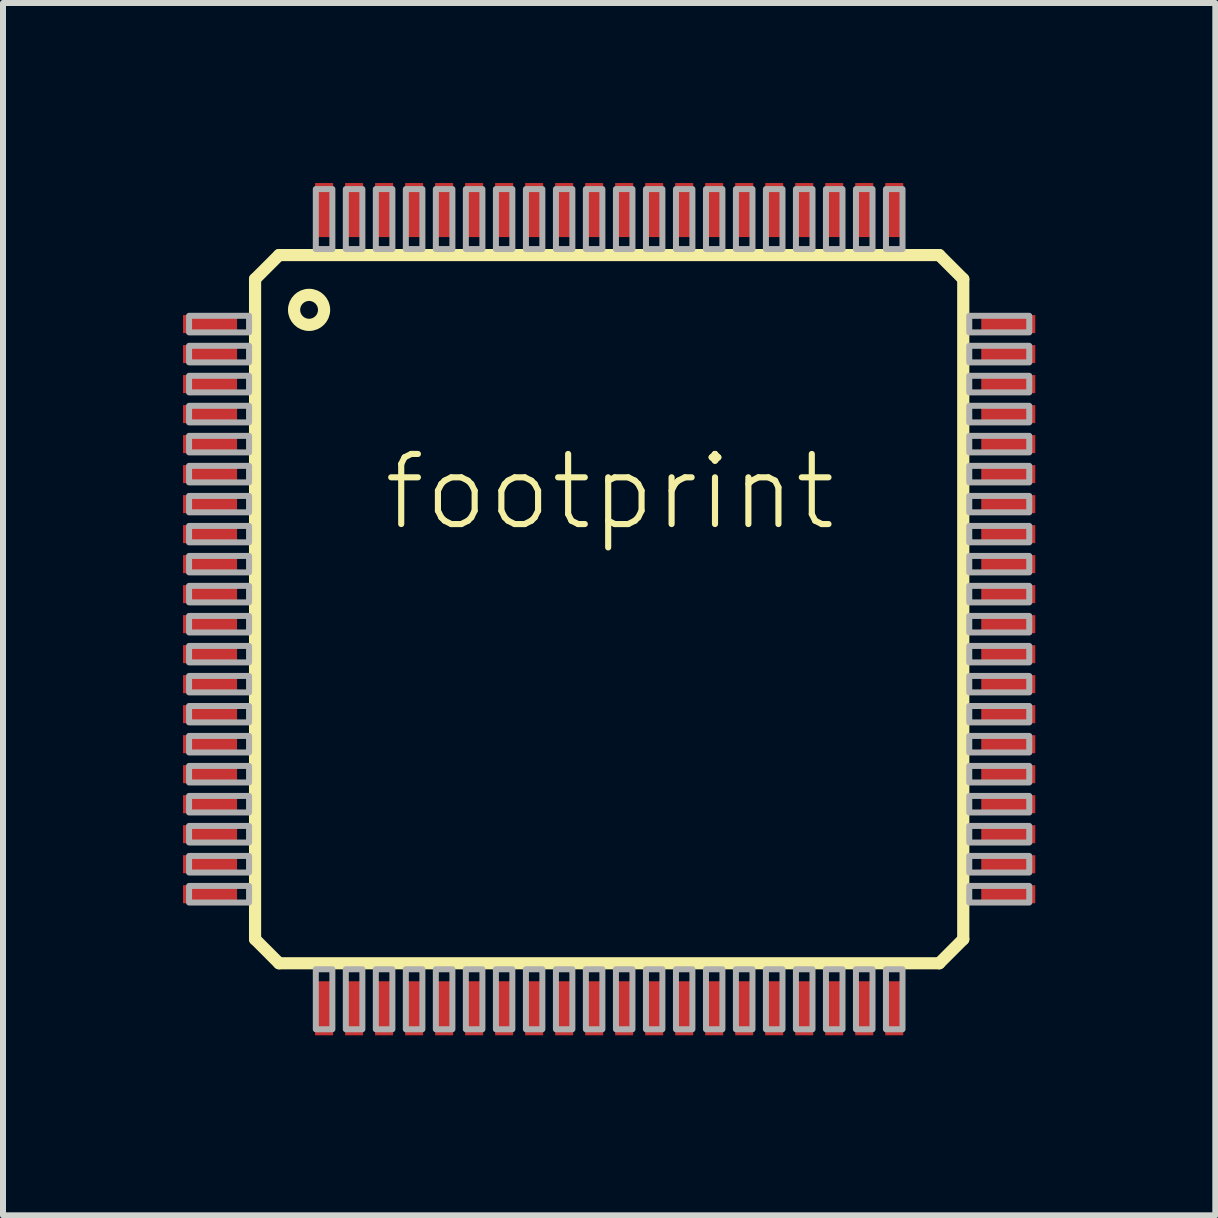
<source format=kicad_pcb>
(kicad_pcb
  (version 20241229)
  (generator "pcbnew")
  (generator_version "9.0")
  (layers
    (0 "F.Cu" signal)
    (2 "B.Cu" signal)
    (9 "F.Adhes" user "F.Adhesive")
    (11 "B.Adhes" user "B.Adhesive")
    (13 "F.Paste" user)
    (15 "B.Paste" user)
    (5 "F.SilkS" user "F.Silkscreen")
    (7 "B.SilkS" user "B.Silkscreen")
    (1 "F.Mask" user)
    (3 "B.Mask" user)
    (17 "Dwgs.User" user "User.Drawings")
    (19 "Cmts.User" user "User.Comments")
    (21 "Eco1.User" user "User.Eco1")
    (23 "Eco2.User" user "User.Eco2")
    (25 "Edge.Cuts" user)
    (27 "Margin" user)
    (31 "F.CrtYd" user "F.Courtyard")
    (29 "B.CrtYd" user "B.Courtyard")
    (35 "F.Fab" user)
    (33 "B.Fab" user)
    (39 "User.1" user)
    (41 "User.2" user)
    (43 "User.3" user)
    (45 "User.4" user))
  (footprint "footprint"
    (layer "F.Cu")
    (at 7.1 7.1)
    (property "Reference" "footprint" (at -3.81 -1.27 0) (layer "F.SilkS") (effects (font (size 1.168 1.168) (thickness 0.102)) (justify left bottom)))
    (fp_line (start -5.9 -5.5) (end -5.5 -5.9) (stroke (width 0.203) (type solid)) (layer "F.SilkS"))
    (fp_line (start -5.9 5.5) (end -5.9 -5.5) (stroke (width 0.203) (type solid)) (layer "F.SilkS"))
    (fp_line (start -5.5 -5.9) (end 5.5 -5.9) (stroke (width 0.203) (type solid)) (layer "F.SilkS"))
    (fp_line (start -5.5 5.9) (end -5.9 5.5) (stroke (width 0.203) (type solid)) (layer "F.SilkS"))
    (fp_line (start 5.5 -5.9) (end 5.9 -5.5) (stroke (width 0.203) (type solid)) (layer "F.SilkS"))
    (fp_line (start 5.5 5.9) (end -5.5 5.9) (stroke (width 0.203) (type solid)) (layer "F.SilkS"))
    (fp_line (start 5.9 -5.5) (end 5.9 5.5) (stroke (width 0.203) (type solid)) (layer "F.SilkS"))
    (fp_line (start 5.9 5.5) (end 5.5 5.9) (stroke (width 0.203) (type solid)) (layer "F.SilkS"))
    (fp_circle (center -5 -4.987) (end -4.75 -4.987) (stroke (width 0.203) (type solid)) (fill no) (layer "F.SilkS"))
    (fp_poly (pts (xy -7 -4.612) (xy -6 -4.612) (xy -6 -4.888) (xy -7 -4.888)) (stroke (width 0.1) (type solid)) (fill no) (layer "F.Fab"))
    (fp_poly (pts (xy -7 -4.112) (xy -6 -4.112) (xy -6 -4.388) (xy -7 -4.388)) (stroke (width 0.1) (type solid)) (fill no) (layer "F.Fab"))
    (fp_poly (pts (xy -7 -3.612) (xy -6 -3.612) (xy -6 -3.888) (xy -7 -3.888)) (stroke (width 0.1) (type solid)) (fill no) (layer "F.Fab"))
    (fp_poly (pts (xy -7 -3.112) (xy -6 -3.112) (xy -6 -3.388) (xy -7 -3.388)) (stroke (width 0.1) (type solid)) (fill no) (layer "F.Fab"))
    (fp_poly (pts (xy -7 -2.612) (xy -6 -2.612) (xy -6 -2.888) (xy -7 -2.888)) (stroke (width 0.1) (type solid)) (fill no) (layer "F.Fab"))
    (fp_poly (pts (xy -7 -2.112) (xy -6 -2.112) (xy -6 -2.388) (xy -7 -2.388)) (stroke (width 0.1) (type solid)) (fill no) (layer "F.Fab"))
    (fp_poly (pts (xy -7 -1.613) (xy -6 -1.613) (xy -6 -1.887) (xy -7 -1.887)) (stroke (width 0.1) (type solid)) (fill no) (layer "F.Fab"))
    (fp_poly (pts (xy -7 -1.113) (xy -6 -1.113) (xy -6 -1.387) (xy -7 -1.387)) (stroke (width 0.1) (type solid)) (fill no) (layer "F.Fab"))
    (fp_poly (pts (xy -7 -0.613) (xy -6 -0.613) (xy -6 -0.887) (xy -7 -0.887)) (stroke (width 0.1) (type solid)) (fill no) (layer "F.Fab"))
    (fp_poly (pts (xy -7 -0.113) (xy -6 -0.113) (xy -6 -0.388) (xy -7 -0.388)) (stroke (width 0.1) (type solid)) (fill no) (layer "F.Fab"))
    (fp_poly (pts (xy -7 0.388) (xy -6 0.388) (xy -6 0.113) (xy -7 0.113)) (stroke (width 0.1) (type solid)) (fill no) (layer "F.Fab"))
    (fp_poly (pts (xy -7 0.887) (xy -6 0.887) (xy -6 0.613) (xy -7 0.613)) (stroke (width 0.1) (type solid)) (fill no) (layer "F.Fab"))
    (fp_poly (pts (xy -7 1.387) (xy -6 1.387) (xy -6 1.113) (xy -7 1.113)) (stroke (width 0.1) (type solid)) (fill no) (layer "F.Fab"))
    (fp_poly (pts (xy -7 1.887) (xy -6 1.887) (xy -6 1.613) (xy -7 1.613)) (stroke (width 0.1) (type solid)) (fill no) (layer "F.Fab"))
    (fp_poly (pts (xy -7 2.388) (xy -6 2.388) (xy -6 2.112) (xy -7 2.112)) (stroke (width 0.1) (type solid)) (fill no) (layer "F.Fab"))
    (fp_poly (pts (xy -7 2.888) (xy -6 2.888) (xy -6 2.612) (xy -7 2.612)) (stroke (width 0.1) (type solid)) (fill no) (layer "F.Fab"))
    (fp_poly (pts (xy -7 3.388) (xy -6 3.388) (xy -6 3.112) (xy -7 3.112)) (stroke (width 0.1) (type solid)) (fill no) (layer "F.Fab"))
    (fp_poly (pts (xy -7 3.888) (xy -6 3.888) (xy -6 3.612) (xy -7 3.612)) (stroke (width 0.1) (type solid)) (fill no) (layer "F.Fab"))
    (fp_poly (pts (xy -7 4.388) (xy -6 4.388) (xy -6 4.112) (xy -7 4.112)) (stroke (width 0.1) (type solid)) (fill no) (layer "F.Fab"))
    (fp_poly (pts (xy -7 4.888) (xy -6 4.888) (xy -6 4.612) (xy -7 4.612)) (stroke (width 0.1) (type solid)) (fill no) (layer "F.Fab"))
    (fp_poly (pts (xy -4.888 -7) (xy -4.888 -6) (xy -4.612 -6) (xy -4.612 -7)) (stroke (width 0.1) (type solid)) (fill no) (layer "F.Fab"))
    (fp_poly (pts (xy -4.612 7) (xy -4.612 6) (xy -4.888 6) (xy -4.888 7)) (stroke (width 0.1) (type solid)) (fill no) (layer "F.Fab"))
    (fp_poly (pts (xy -4.388 -7) (xy -4.388 -6) (xy -4.112 -6) (xy -4.112 -7)) (stroke (width 0.1) (type solid)) (fill no) (layer "F.Fab"))
    (fp_poly (pts (xy -4.112 7) (xy -4.112 6) (xy -4.388 6) (xy -4.388 7)) (stroke (width 0.1) (type solid)) (fill no) (layer "F.Fab"))
    (fp_poly (pts (xy -3.888 -7) (xy -3.888 -6) (xy -3.612 -6) (xy -3.612 -7)) (stroke (width 0.1) (type solid)) (fill no) (layer "F.Fab"))
    (fp_poly (pts (xy -3.612 7) (xy -3.612 6) (xy -3.888 6) (xy -3.888 7)) (stroke (width 0.1) (type solid)) (fill no) (layer "F.Fab"))
    (fp_poly (pts (xy -3.388 -7) (xy -3.388 -6) (xy -3.112 -6) (xy -3.112 -7)) (stroke (width 0.1) (type solid)) (fill no) (layer "F.Fab"))
    (fp_poly (pts (xy -3.112 7) (xy -3.112 6) (xy -3.388 6) (xy -3.388 7)) (stroke (width 0.1) (type solid)) (fill no) (layer "F.Fab"))
    (fp_poly (pts (xy -2.888 -7) (xy -2.888 -6) (xy -2.612 -6) (xy -2.612 -7)) (stroke (width 0.1) (type solid)) (fill no) (layer "F.Fab"))
    (fp_poly (pts (xy -2.612 7) (xy -2.612 6) (xy -2.888 6) (xy -2.888 7)) (stroke (width 0.1) (type solid)) (fill no) (layer "F.Fab"))
    (fp_poly (pts (xy -2.388 -7) (xy -2.388 -6) (xy -2.112 -6) (xy -2.112 -7)) (stroke (width 0.1) (type solid)) (fill no) (layer "F.Fab"))
    (fp_poly (pts (xy -2.112 7) (xy -2.112 6) (xy -2.388 6) (xy -2.388 7)) (stroke (width 0.1) (type solid)) (fill no) (layer "F.Fab"))
    (fp_poly (pts (xy -1.887 -7) (xy -1.887 -6) (xy -1.613 -6) (xy -1.613 -7)) (stroke (width 0.1) (type solid)) (fill no) (layer "F.Fab"))
    (fp_poly (pts (xy -1.613 7) (xy -1.613 6) (xy -1.887 6) (xy -1.887 7)) (stroke (width 0.1) (type solid)) (fill no) (layer "F.Fab"))
    (fp_poly (pts (xy -1.387 -7) (xy -1.387 -6) (xy -1.113 -6) (xy -1.113 -7)) (stroke (width 0.1) (type solid)) (fill no) (layer "F.Fab"))
    (fp_poly (pts (xy -1.113 7) (xy -1.113 6) (xy -1.387 6) (xy -1.387 7)) (stroke (width 0.1) (type solid)) (fill no) (layer "F.Fab"))
    (fp_poly (pts (xy -0.887 -7) (xy -0.887 -6) (xy -0.613 -6) (xy -0.613 -7)) (stroke (width 0.1) (type solid)) (fill no) (layer "F.Fab"))
    (fp_poly (pts (xy -0.613 7) (xy -0.613 6) (xy -0.887 6) (xy -0.887 7)) (stroke (width 0.1) (type solid)) (fill no) (layer "F.Fab"))
    (fp_poly (pts (xy -0.388 -7) (xy -0.388 -6) (xy -0.113 -6) (xy -0.113 -7)) (stroke (width 0.1) (type solid)) (fill no) (layer "F.Fab"))
    (fp_poly (pts (xy -0.113 7) (xy -0.113 6) (xy -0.388 6) (xy -0.388 7)) (stroke (width 0.1) (type solid)) (fill no) (layer "F.Fab"))
    (fp_poly (pts (xy 0.113 -7) (xy 0.113 -6) (xy 0.388 -6) (xy 0.388 -7)) (stroke (width 0.1) (type solid)) (fill no) (layer "F.Fab"))
    (fp_poly (pts (xy 0.388 7) (xy 0.388 6) (xy 0.113 6) (xy 0.113 7)) (stroke (width 0.1) (type solid)) (fill no) (layer "F.Fab"))
    (fp_poly (pts (xy 0.613 -7) (xy 0.613 -6) (xy 0.887 -6) (xy 0.887 -7)) (stroke (width 0.1) (type solid)) (fill no) (layer "F.Fab"))
    (fp_poly (pts (xy 0.887 7) (xy 0.887 6) (xy 0.613 6) (xy 0.613 7)) (stroke (width 0.1) (type solid)) (fill no) (layer "F.Fab"))
    (fp_poly (pts (xy 1.113 -7) (xy 1.113 -6) (xy 1.387 -6) (xy 1.387 -7)) (stroke (width 0.1) (type solid)) (fill no) (layer "F.Fab"))
    (fp_poly (pts (xy 1.387 7) (xy 1.387 6) (xy 1.113 6) (xy 1.113 7)) (stroke (width 0.1) (type solid)) (fill no) (layer "F.Fab"))
    (fp_poly (pts (xy 1.613 -7) (xy 1.613 -6) (xy 1.887 -6) (xy 1.887 -7)) (stroke (width 0.1) (type solid)) (fill no) (layer "F.Fab"))
    (fp_poly (pts (xy 1.887 7) (xy 1.887 6) (xy 1.613 6) (xy 1.613 7)) (stroke (width 0.1) (type solid)) (fill no) (layer "F.Fab"))
    (fp_poly (pts (xy 2.112 -7) (xy 2.112 -6) (xy 2.388 -6) (xy 2.388 -7)) (stroke (width 0.1) (type solid)) (fill no) (layer "F.Fab"))
    (fp_poly (pts (xy 2.388 7) (xy 2.388 6) (xy 2.112 6) (xy 2.112 7)) (stroke (width 0.1) (type solid)) (fill no) (layer "F.Fab"))
    (fp_poly (pts (xy 2.612 -7) (xy 2.612 -6) (xy 2.888 -6) (xy 2.888 -7)) (stroke (width 0.1) (type solid)) (fill no) (layer "F.Fab"))
    (fp_poly (pts (xy 2.888 7) (xy 2.888 6) (xy 2.612 6) (xy 2.612 7)) (stroke (width 0.1) (type solid)) (fill no) (layer "F.Fab"))
    (fp_poly (pts (xy 3.112 -7) (xy 3.112 -6) (xy 3.388 -6) (xy 3.388 -7)) (stroke (width 0.1) (type solid)) (fill no) (layer "F.Fab"))
    (fp_poly (pts (xy 3.388 7) (xy 3.388 6) (xy 3.112 6) (xy 3.112 7)) (stroke (width 0.1) (type solid)) (fill no) (layer "F.Fab"))
    (fp_poly (pts (xy 3.612 -7) (xy 3.612 -6) (xy 3.888 -6) (xy 3.888 -7)) (stroke (width 0.1) (type solid)) (fill no) (layer "F.Fab"))
    (fp_poly (pts (xy 3.888 7) (xy 3.888 6) (xy 3.612 6) (xy 3.612 7)) (stroke (width 0.1) (type solid)) (fill no) (layer "F.Fab"))
    (fp_poly (pts (xy 4.112 -7) (xy 4.112 -6) (xy 4.388 -6) (xy 4.388 -7)) (stroke (width 0.1) (type solid)) (fill no) (layer "F.Fab"))
    (fp_poly (pts (xy 4.388 7) (xy 4.388 6) (xy 4.112 6) (xy 4.112 7)) (stroke (width 0.1) (type solid)) (fill no) (layer "F.Fab"))
    (fp_poly (pts (xy 4.612 -7) (xy 4.612 -6) (xy 4.888 -6) (xy 4.888 -7)) (stroke (width 0.1) (type solid)) (fill no) (layer "F.Fab"))
    (fp_poly (pts (xy 4.888 7) (xy 4.888 6) (xy 4.612 6) (xy 4.612 7)) (stroke (width 0.1) (type solid)) (fill no) (layer "F.Fab"))
    (fp_poly (pts (xy 7 -4.888) (xy 6 -4.888) (xy 6 -4.612) (xy 7 -4.612)) (stroke (width 0.1) (type solid)) (fill no) (layer "F.Fab"))
    (fp_poly (pts (xy 7 -4.388) (xy 6 -4.388) (xy 6 -4.112) (xy 7 -4.112)) (stroke (width 0.1) (type solid)) (fill no) (layer "F.Fab"))
    (fp_poly (pts (xy 7 -3.888) (xy 6 -3.888) (xy 6 -3.612) (xy 7 -3.612)) (stroke (width 0.1) (type solid)) (fill no) (layer "F.Fab"))
    (fp_poly (pts (xy 7 -3.388) (xy 6 -3.388) (xy 6 -3.112) (xy 7 -3.112)) (stroke (width 0.1) (type solid)) (fill no) (layer "F.Fab"))
    (fp_poly (pts (xy 7 -2.888) (xy 6 -2.888) (xy 6 -2.612) (xy 7 -2.612)) (stroke (width 0.1) (type solid)) (fill no) (layer "F.Fab"))
    (fp_poly (pts (xy 7 -2.388) (xy 6 -2.388) (xy 6 -2.112) (xy 7 -2.112)) (stroke (width 0.1) (type solid)) (fill no) (layer "F.Fab"))
    (fp_poly (pts (xy 7 -1.887) (xy 6 -1.887) (xy 6 -1.613) (xy 7 -1.613)) (stroke (width 0.1) (type solid)) (fill no) (layer "F.Fab"))
    (fp_poly (pts (xy 7 -1.387) (xy 6 -1.387) (xy 6 -1.113) (xy 7 -1.113)) (stroke (width 0.1) (type solid)) (fill no) (layer "F.Fab"))
    (fp_poly (pts (xy 7 -0.887) (xy 6 -0.887) (xy 6 -0.613) (xy 7 -0.613)) (stroke (width 0.1) (type solid)) (fill no) (layer "F.Fab"))
    (fp_poly (pts (xy 7 -0.388) (xy 6 -0.388) (xy 6 -0.113) (xy 7 -0.113)) (stroke (width 0.1) (type solid)) (fill no) (layer "F.Fab"))
    (fp_poly (pts (xy 7 0.113) (xy 6 0.113) (xy 6 0.388) (xy 7 0.388)) (stroke (width 0.1) (type solid)) (fill no) (layer "F.Fab"))
    (fp_poly (pts (xy 7 0.613) (xy 6 0.613) (xy 6 0.887) (xy 7 0.887)) (stroke (width 0.1) (type solid)) (fill no) (layer "F.Fab"))
    (fp_poly (pts (xy 7 1.113) (xy 6 1.113) (xy 6 1.387) (xy 7 1.387)) (stroke (width 0.1) (type solid)) (fill no) (layer "F.Fab"))
    (fp_poly (pts (xy 7 1.613) (xy 6 1.613) (xy 6 1.887) (xy 7 1.887)) (stroke (width 0.1) (type solid)) (fill no) (layer "F.Fab"))
    (fp_poly (pts (xy 7 2.112) (xy 6 2.112) (xy 6 2.388) (xy 7 2.388)) (stroke (width 0.1) (type solid)) (fill no) (layer "F.Fab"))
    (fp_poly (pts (xy 7 2.612) (xy 6 2.612) (xy 6 2.888) (xy 7 2.888)) (stroke (width 0.1) (type solid)) (fill no) (layer "F.Fab"))
    (fp_poly (pts (xy 7 3.112) (xy 6 3.112) (xy 6 3.388) (xy 7 3.388)) (stroke (width 0.1) (type solid)) (fill no) (layer "F.Fab"))
    (fp_poly (pts (xy 7 3.612) (xy 6 3.612) (xy 6 3.888) (xy 7 3.888)) (stroke (width 0.1) (type solid)) (fill no) (layer "F.Fab"))
    (fp_poly (pts (xy 7 4.112) (xy 6 4.112) (xy 6 4.388) (xy 7 4.388)) (stroke (width 0.1) (type solid)) (fill no) (layer "F.Fab"))
    (fp_poly (pts (xy 7 4.612) (xy 6 4.612) (xy 6 4.888) (xy 7 4.888)) (stroke (width 0.1) (type solid)) (fill no) (layer "F.Fab"))
    (pad "1" smd rect (at -6.65 -4.75) (size 0.9 0.3) (layers "F.Cu" "F.Mask" "F.Paste"))
    (pad "2" smd rect (at -6.65 -4.25) (size 0.9 0.3) (layers "F.Cu" "F.Mask" "F.Paste"))
    (pad "3" smd rect (at -6.65 -3.75) (size 0.9 0.3) (layers "F.Cu" "F.Mask" "F.Paste"))
    (pad "4" smd rect (at -6.65 -3.25) (size 0.9 0.3) (layers "F.Cu" "F.Mask" "F.Paste"))
    (pad "5" smd rect (at -6.65 -2.75) (size 0.9 0.3) (layers "F.Cu" "F.Mask" "F.Paste"))
    (pad "6" smd rect (at -6.65 -2.25) (size 0.9 0.3) (layers "F.Cu" "F.Mask" "F.Paste"))
    (pad "7" smd rect (at -6.65 -1.75) (size 0.9 0.3) (layers "F.Cu" "F.Mask" "F.Paste"))
    (pad "8" smd rect (at -6.65 -1.25) (size 0.9 0.3) (layers "F.Cu" "F.Mask" "F.Paste"))
    (pad "9" smd rect (at -6.65 -0.75) (size 0.9 0.3) (layers "F.Cu" "F.Mask" "F.Paste"))
    (pad "10" smd rect (at -6.65 -0.25) (size 0.9 0.3) (layers "F.Cu" "F.Mask" "F.Paste"))
    (pad "11" smd rect (at -6.65 0.25) (size 0.9 0.3) (layers "F.Cu" "F.Mask" "F.Paste"))
    (pad "12" smd rect (at -6.65 0.75) (size 0.9 0.3) (layers "F.Cu" "F.Mask" "F.Paste"))
    (pad "13" smd rect (at -6.65 1.25) (size 0.9 0.3) (layers "F.Cu" "F.Mask" "F.Paste"))
    (pad "14" smd rect (at -6.65 1.75) (size 0.9 0.3) (layers "F.Cu" "F.Mask" "F.Paste"))
    (pad "15" smd rect (at -6.65 2.25) (size 0.9 0.3) (layers "F.Cu" "F.Mask" "F.Paste"))
    (pad "16" smd rect (at -6.65 2.75) (size 0.9 0.3) (layers "F.Cu" "F.Mask" "F.Paste"))
    (pad "17" smd rect (at -6.65 3.25) (size 0.9 0.3) (layers "F.Cu" "F.Mask" "F.Paste"))
    (pad "18" smd rect (at -6.65 3.75) (size 0.9 0.3) (layers "F.Cu" "F.Mask" "F.Paste"))
    (pad "19" smd rect (at -6.65 4.25) (size 0.9 0.3) (layers "F.Cu" "F.Mask" "F.Paste"))
    (pad "20" smd rect (at -6.65 4.75) (size 0.9 0.3) (layers "F.Cu" "F.Mask" "F.Paste"))
    (pad "21" smd rect (at -4.75 6.65 90) (size 0.9 0.3) (layers "F.Cu" "F.Mask" "F.Paste"))
    (pad "22" smd rect (at -4.25 6.65 90) (size 0.9 0.3) (layers "F.Cu" "F.Mask" "F.Paste"))
    (pad "23" smd rect (at -3.75 6.65 90) (size 0.9 0.3) (layers "F.Cu" "F.Mask" "F.Paste"))
    (pad "24" smd rect (at -3.25 6.65 90) (size 0.9 0.3) (layers "F.Cu" "F.Mask" "F.Paste"))
    (pad "25" smd rect (at -2.75 6.65 90) (size 0.9 0.3) (layers "F.Cu" "F.Mask" "F.Paste"))
    (pad "26" smd rect (at -2.25 6.65 90) (size 0.9 0.3) (layers "F.Cu" "F.Mask" "F.Paste"))
    (pad "27" smd rect (at -1.75 6.65 90) (size 0.9 0.3) (layers "F.Cu" "F.Mask" "F.Paste"))
    (pad "28" smd rect (at -1.25 6.65 90) (size 0.9 0.3) (layers "F.Cu" "F.Mask" "F.Paste"))
    (pad "29" smd rect (at -0.75 6.65 90) (size 0.9 0.3) (layers "F.Cu" "F.Mask" "F.Paste"))
    (pad "30" smd rect (at -0.25 6.65 90) (size 0.9 0.3) (layers "F.Cu" "F.Mask" "F.Paste"))
    (pad "31" smd rect (at 0.25 6.65 90) (size 0.9 0.3) (layers "F.Cu" "F.Mask" "F.Paste"))
    (pad "32" smd rect (at 0.75 6.65 90) (size 0.9 0.3) (layers "F.Cu" "F.Mask" "F.Paste"))
    (pad "33" smd rect (at 1.25 6.65 90) (size 0.9 0.3) (layers "F.Cu" "F.Mask" "F.Paste"))
    (pad "34" smd rect (at 1.75 6.65 90) (size 0.9 0.3) (layers "F.Cu" "F.Mask" "F.Paste"))
    (pad "35" smd rect (at 2.25 6.65 90) (size 0.9 0.3) (layers "F.Cu" "F.Mask" "F.Paste"))
    (pad "36" smd rect (at 2.75 6.65 90) (size 0.9 0.3) (layers "F.Cu" "F.Mask" "F.Paste"))
    (pad "37" smd rect (at 3.25 6.65 90) (size 0.9 0.3) (layers "F.Cu" "F.Mask" "F.Paste"))
    (pad "38" smd rect (at 3.75 6.65 90) (size 0.9 0.3) (layers "F.Cu" "F.Mask" "F.Paste"))
    (pad "39" smd rect (at 4.25 6.65 90) (size 0.9 0.3) (layers "F.Cu" "F.Mask" "F.Paste"))
    (pad "40" smd rect (at 4.75 6.65 90) (size 0.9 0.3) (layers "F.Cu" "F.Mask" "F.Paste"))
    (pad "41" smd rect (at 6.65 4.75 180) (size 0.9 0.3) (layers "F.Cu" "F.Mask" "F.Paste"))
    (pad "42" smd rect (at 6.65 4.25 180) (size 0.9 0.3) (layers "F.Cu" "F.Mask" "F.Paste"))
    (pad "43" smd rect (at 6.65 3.75 180) (size 0.9 0.3) (layers "F.Cu" "F.Mask" "F.Paste"))
    (pad "44" smd rect (at 6.65 3.25 180) (size 0.9 0.3) (layers "F.Cu" "F.Mask" "F.Paste"))
    (pad "45" smd rect (at 6.65 2.75 180) (size 0.9 0.3) (layers "F.Cu" "F.Mask" "F.Paste"))
    (pad "46" smd rect (at 6.65 2.25 180) (size 0.9 0.3) (layers "F.Cu" "F.Mask" "F.Paste"))
    (pad "47" smd rect (at 6.65 1.75 180) (size 0.9 0.3) (layers "F.Cu" "F.Mask" "F.Paste"))
    (pad "48" smd rect (at 6.65 1.25 180) (size 0.9 0.3) (layers "F.Cu" "F.Mask" "F.Paste"))
    (pad "49" smd rect (at 6.65 0.75 180) (size 0.9 0.3) (layers "F.Cu" "F.Mask" "F.Paste"))
    (pad "50" smd rect (at 6.65 0.25 180) (size 0.9 0.3) (layers "F.Cu" "F.Mask" "F.Paste"))
    (pad "51" smd rect (at 6.65 -0.25 180) (size 0.9 0.3) (layers "F.Cu" "F.Mask" "F.Paste"))
    (pad "52" smd rect (at 6.65 -0.75 180) (size 0.9 0.3) (layers "F.Cu" "F.Mask" "F.Paste"))
    (pad "53" smd rect (at 6.65 -1.25 180) (size 0.9 0.3) (layers "F.Cu" "F.Mask" "F.Paste"))
    (pad "54" smd rect (at 6.65 -1.75 180) (size 0.9 0.3) (layers "F.Cu" "F.Mask" "F.Paste"))
    (pad "55" smd rect (at 6.65 -2.25 180) (size 0.9 0.3) (layers "F.Cu" "F.Mask" "F.Paste"))
    (pad "56" smd rect (at 6.65 -2.75 180) (size 0.9 0.3) (layers "F.Cu" "F.Mask" "F.Paste"))
    (pad "57" smd rect (at 6.65 -3.25 180) (size 0.9 0.3) (layers "F.Cu" "F.Mask" "F.Paste"))
    (pad "58" smd rect (at 6.65 -3.75 180) (size 0.9 0.3) (layers "F.Cu" "F.Mask" "F.Paste"))
    (pad "59" smd rect (at 6.65 -4.25 180) (size 0.9 0.3) (layers "F.Cu" "F.Mask" "F.Paste"))
    (pad "60" smd rect (at 6.65 -4.75 180) (size 0.9 0.3) (layers "F.Cu" "F.Mask" "F.Paste"))
    (pad "61" smd rect (at 4.75 -6.65 270) (size 0.9 0.3) (layers "F.Cu" "F.Mask" "F.Paste"))
    (pad "62" smd rect (at 4.25 -6.65 270) (size 0.9 0.3) (layers "F.Cu" "F.Mask" "F.Paste"))
    (pad "63" smd rect (at 3.75 -6.65 270) (size 0.9 0.3) (layers "F.Cu" "F.Mask" "F.Paste"))
    (pad "64" smd rect (at 3.25 -6.65 270) (size 0.9 0.3) (layers "F.Cu" "F.Mask" "F.Paste"))
    (pad "65" smd rect (at 2.75 -6.65 270) (size 0.9 0.3) (layers "F.Cu" "F.Mask" "F.Paste"))
    (pad "66" smd rect (at 2.25 -6.65 270) (size 0.9 0.3) (layers "F.Cu" "F.Mask" "F.Paste"))
    (pad "67" smd rect (at 1.75 -6.65 270) (size 0.9 0.3) (layers "F.Cu" "F.Mask" "F.Paste"))
    (pad "68" smd rect (at 1.25 -6.65 270) (size 0.9 0.3) (layers "F.Cu" "F.Mask" "F.Paste"))
    (pad "69" smd rect (at 0.75 -6.65 270) (size 0.9 0.3) (layers "F.Cu" "F.Mask" "F.Paste"))
    (pad "70" smd rect (at 0.25 -6.65 270) (size 0.9 0.3) (layers "F.Cu" "F.Mask" "F.Paste"))
    (pad "71" smd rect (at -0.25 -6.65 270) (size 0.9 0.3) (layers "F.Cu" "F.Mask" "F.Paste"))
    (pad "72" smd rect (at -0.75 -6.65 270) (size 0.9 0.3) (layers "F.Cu" "F.Mask" "F.Paste"))
    (pad "73" smd rect (at -1.25 -6.65 270) (size 0.9 0.3) (layers "F.Cu" "F.Mask" "F.Paste"))
    (pad "74" smd rect (at -1.75 -6.65 270) (size 0.9 0.3) (layers "F.Cu" "F.Mask" "F.Paste"))
    (pad "75" smd rect (at -2.25 -6.65 270) (size 0.9 0.3) (layers "F.Cu" "F.Mask" "F.Paste"))
    (pad "76" smd rect (at -2.75 -6.65 270) (size 0.9 0.3) (layers "F.Cu" "F.Mask" "F.Paste"))
    (pad "77" smd rect (at -3.25 -6.65 270) (size 0.9 0.3) (layers "F.Cu" "F.Mask" "F.Paste"))
    (pad "78" smd rect (at -3.75 -6.65 270) (size 0.9 0.3) (layers "F.Cu" "F.Mask" "F.Paste"))
    (pad "79" smd rect (at -4.25 -6.65 270) (size 0.9 0.3) (layers "F.Cu" "F.Mask" "F.Paste"))
    (pad "80" smd rect (at -4.75 -6.65 270) (size 0.9 0.3) (layers "F.Cu" "F.Mask" "F.Paste")))
  (gr_rect
    (start -3 -3)
    (end 17.2 17.2)
    (stroke (width 0.1) (type default))
    (fill no)
    (layer "Edge.Cuts")))
</source>
